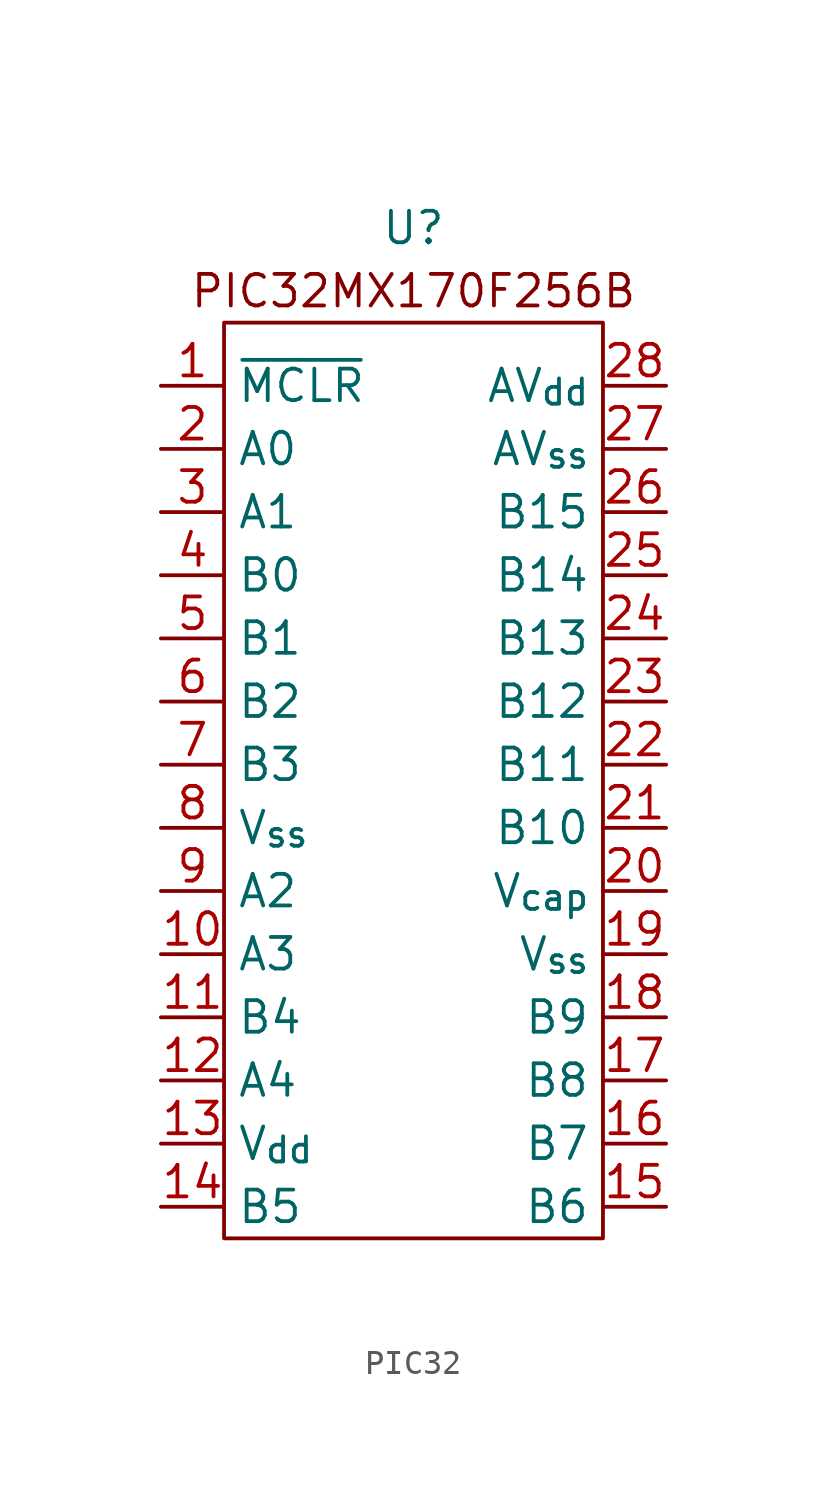
<source format=kicad_sym>
(kicad_symbol_lib
  (version 20220914)
  (generator kicad_symbol_editor)
  (symbol "PIC32"
    (property "Reference" "U"
      (at 0 20.32 0)
      (effects (font (size 1.27 1.27))))
    (property "Value" ""
      (at 0 10.16 0)
      (effects (font (size 1.27 1.27))))
    (symbol "PIC32_0_1"
      (rectangle (start -7.62 16.51) (end 7.62 -20.32) (stroke (width 0) (type default)) (fill (type none))))
    (symbol "PIC32_1_1"
      (text "PIC32MX170F256B" (at 0 17.78 0) (effects (font (size 1.27 1.27))))
      (pin input line (at -10.16 13.97 0) (length 2.54) (name "~{MCLR}" (effects (font (size 1.27 1.27)))) (number "1" (effects (font (size 1.27 1.27)))))
      (pin input line (at -10.16 -8.89 0) (length 2.54) (name "A3" (effects (font (size 1.27 1.27)))) (number "10" (effects (font (size 1.27 1.27)))))
      (pin input line (at -10.16 -11.43 0) (length 2.54) (name "B4" (effects (font (size 1.27 1.27)))) (number "11" (effects (font (size 1.27 1.27)))))
      (pin input line (at -10.16 -13.97 0) (length 2.54) (name "A4" (effects (font (size 1.27 1.27)))) (number "12" (effects (font (size 1.27 1.27)))))
      (pin input line (at -10.16 -16.51 0) (length 2.54) (name "V_{dd}" (effects (font (size 1.27 1.27)))) (number "13" (effects (font (size 1.27 1.27)))))
      (pin input line (at -10.16 -19.05 0) (length 2.54) (name "B5" (effects (font (size 1.27 1.27)))) (number "14" (effects (font (size 1.27 1.27)))))
      (pin input line (at 10.16 -19.05 180) (length 2.54) (name "B6" (effects (font (size 1.27 1.27)))) (number "15" (effects (font (size 1.27 1.27)))))
      (pin input line (at 10.16 -16.51 180) (length 2.54) (name "B7" (effects (font (size 1.27 1.27)))) (number "16" (effects (font (size 1.27 1.27)))))
      (pin input line (at 10.16 -13.97 180) (length 2.54) (name "B8" (effects (font (size 1.27 1.27)))) (number "17" (effects (font (size 1.27 1.27)))))
      (pin input line (at 10.16 -11.43 180) (length 2.54) (name "B9" (effects (font (size 1.27 1.27)))) (number "18" (effects (font (size 1.27 1.27)))))
      (pin input line (at 10.16 -8.89 180) (length 2.54) (name "V_{ss}" (effects (font (size 1.27 1.27)))) (number "19" (effects (font (size 1.27 1.27)))))
      (pin input line (at -10.16 11.43 0) (length 2.54) (name "A0" (effects (font (size 1.27 1.27)))) (number "2" (effects (font (size 1.27 1.27)))))
      (pin input line (at 10.16 -6.35 180) (length 2.54) (name "V_{cap}" (effects (font (size 1.27 1.27)))) (number "20" (effects (font (size 1.27 1.27)))))
      (pin input line (at 10.16 -3.81 180) (length 2.54) (name "B10" (effects (font (size 1.27 1.27)))) (number "21" (effects (font (size 1.27 1.27)))))
      (pin input line (at 10.16 -1.27 180) (length 2.54) (name "B11" (effects (font (size 1.27 1.27)))) (number "22" (effects (font (size 1.27 1.27)))))
      (pin input line (at 10.16 1.27 180) (length 2.54) (name "B12" (effects (font (size 1.27 1.27)))) (number "23" (effects (font (size 1.27 1.27)))))
      (pin input line (at 10.16 3.81 180) (length 2.54) (name "B13" (effects (font (size 1.27 1.27)))) (number "24" (effects (font (size 1.27 1.27)))))
      (pin input line (at 10.16 6.35 180) (length 2.54) (name "B14" (effects (font (size 1.27 1.27)))) (number "25" (effects (font (size 1.27 1.27)))))
      (pin input line (at 10.16 8.89 180) (length 2.54) (name "B15" (effects (font (size 1.27 1.27)))) (number "26" (effects (font (size 1.27 1.27)))))
      (pin input line (at 10.16 11.43 180) (length 2.54) (name "AV_{ss}" (effects (font (size 1.27 1.27)))) (number "27" (effects (font (size 1.27 1.27)))))
      (pin input line (at 10.16 13.97 180) (length 2.54) (name "AV_{dd}" (effects (font (size 1.27 1.27)))) (number "28" (effects (font (size 1.27 1.27)))))
      (pin input line (at -10.16 8.89 0) (length 2.54) (name "A1" (effects (font (size 1.27 1.27)))) (number "3" (effects (font (size 1.27 1.27)))))
      (pin input line (at -10.16 6.35 0) (length 2.54) (name "B0" (effects (font (size 1.27 1.27)))) (number "4" (effects (font (size 1.27 1.27)))))
      (pin input line (at -10.16 3.81 0) (length 2.54) (name "B1" (effects (font (size 1.27 1.27)))) (number "5" (effects (font (size 1.27 1.27)))))
      (pin input line (at -10.16 1.27 0) (length 2.54) (name "B2" (effects (font (size 1.27 1.27)))) (number "6" (effects (font (size 1.27 1.27)))))
      (pin input line (at -10.16 -1.27 0) (length 2.54) (name "B3" (effects (font (size 1.27 1.27)))) (number "7" (effects (font (size 1.27 1.27)))))
      (pin input line (at -10.16 -3.81 0) (length 2.54) (name "V_{ss}" (effects (font (size 1.27 1.27)))) (number "8" (effects (font (size 1.27 1.27)))))
      (pin input line (at -10.16 -6.35 0) (length 2.54) (name "A2" (effects (font (size 1.27 1.27)))) (number "9" (effects (font (size 1.27 1.27))))))))
</source>
